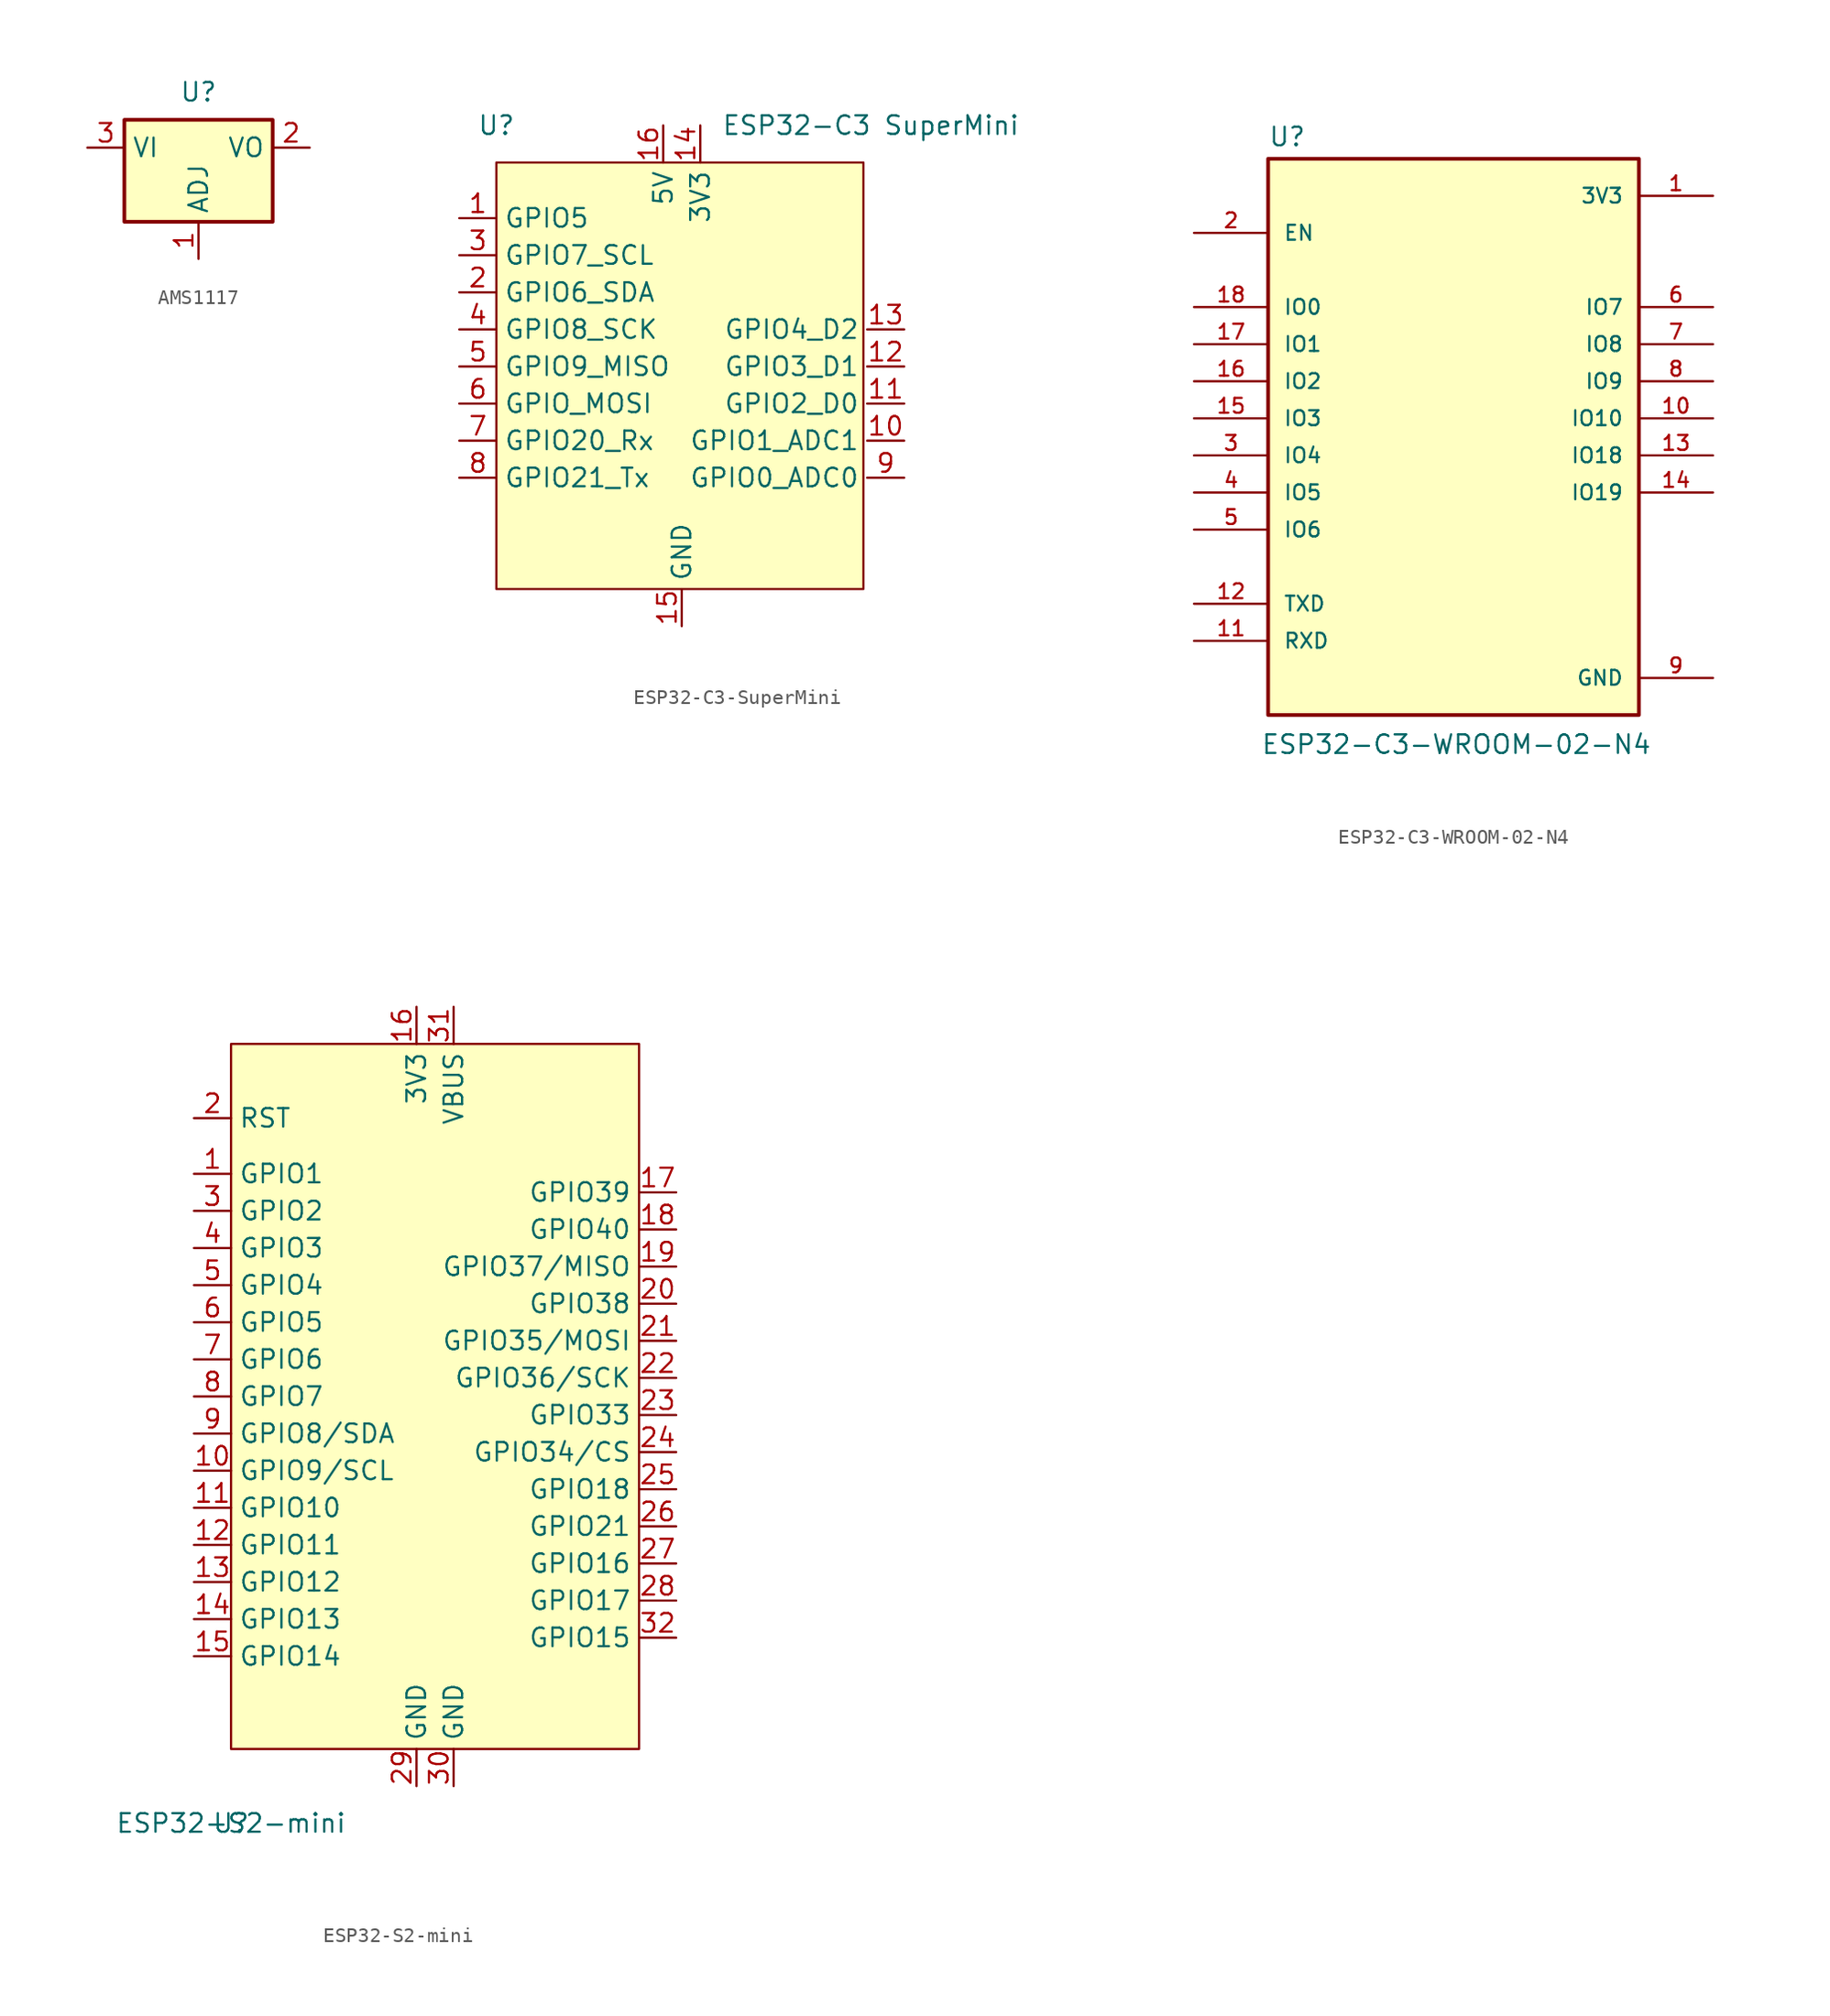
<source format=kicad_sym>
(kicad_symbol_lib
  (version 20231120)
  (generator "kicad_symbol_editor")
  (generator_version "8.0")
  (symbol "AMS1117"
    (property "Reference" "U"
      (at 0 0 0)
      (effects (font (size 1.27 1.27))))
    (property "Value" ""
      (at 0 0 0)
      (effects (font (size 1.27 1.27))))
    (symbol "AMS1117_0_1"
      (rectangle (start -5.08 -8.89) (end 5.08 -1.905) (stroke (width 0.254) (type default)) (fill (type background))))
    (symbol "AMS1117_1_1"
      (pin power_out line (at 0 -11.43 90) (length 2.54) (name "ADJ" (effects (font (size 1.27 1.27)))) (number "1" (effects (font (size 1.27 1.27)))))
      (pin power_out line (at 7.62 -3.81 180) (length 2.54) (name "VO" (effects (font (size 1.27 1.27)))) (number "2" (effects (font (size 1.27 1.27)))))
      (pin power_in line (at -7.62 -3.81 0) (length 2.54) (name "VI" (effects (font (size 1.27 1.27)))) (number "3" (effects (font (size 1.27 1.27)))))))
  (symbol "ESP32-C3-SuperMini"
    (property "Reference" "U"
      (at 0 0 0)
      (effects (font (size 1.27 1.27))))
    (property "Value" "ESP32-C3 SuperMini"
      (at 25.654 0 0)
      (effects (font (size 1.27 1.27))))
    (symbol "ESP32-C3-SuperMini_0_1"
      (rectangle (start 0 -2.54) (end 25.146 -31.75) (stroke (width 0) (type default)) (fill (type background))))
    (symbol "ESP32-C3-SuperMini_1_1"
      (pin bidirectional line (at -2.54 -6.35 0) (length 2.54) (name "GPIO5" (effects (font (size 1.27 1.27)))) (number "1" (effects (font (size 1.27 1.27)))))
      (pin bidirectional line (at 27.94 -21.59 180) (length 2.54) (name "GPIO1_ADC1" (effects (font (size 1.27 1.27)))) (number "10" (effects (font (size 1.27 1.27)))))
      (pin bidirectional line (at 27.94 -19.05 180) (length 2.54) (name "GPIO2_D0" (effects (font (size 1.27 1.27)))) (number "11" (effects (font (size 1.27 1.27)))))
      (pin bidirectional line (at 27.94 -16.51 180) (length 2.54) (name "GPIO3_D1" (effects (font (size 1.27 1.27)))) (number "12" (effects (font (size 1.27 1.27)))))
      (pin bidirectional line (at 27.94 -13.97 180) (length 2.54) (name "GPIO4_D2" (effects (font (size 1.27 1.27)))) (number "13" (effects (font (size 1.27 1.27)))))
      (pin power_in line (at 13.97 0 270) (length 2.54) (name "3V3" (effects (font (size 1.27 1.27)))) (number "14" (effects (font (size 1.27 1.27)))))
      (pin power_out line (at 12.7 -34.29 90) (length 2.54) (name "GND" (effects (font (size 1.27 1.27)))) (number "15" (effects (font (size 1.27 1.27)))))
      (pin power_in line (at 11.43 0 270) (length 2.54) (name "5V" (effects (font (size 1.27 1.27)))) (number "16" (effects (font (size 1.27 1.27)))))
      (pin bidirectional line (at -2.54 -11.43 0) (length 2.54) (name "GPIO6_SDA" (effects (font (size 1.27 1.27)))) (number "2" (effects (font (size 1.27 1.27)))))
      (pin bidirectional line (at -2.54 -8.89 0) (length 2.54) (name "GPIO7_SCL" (effects (font (size 1.27 1.27)))) (number "3" (effects (font (size 1.27 1.27)))))
      (pin bidirectional line (at -2.54 -13.97 0) (length 2.54) (name "GPIO8_SCK" (effects (font (size 1.27 1.27)))) (number "4" (effects (font (size 1.27 1.27)))))
      (pin bidirectional line (at -2.54 -16.51 0) (length 2.54) (name "GPIO9_MISO" (effects (font (size 1.27 1.27)))) (number "5" (effects (font (size 1.27 1.27)))))
      (pin bidirectional line (at -2.54 -19.05 0) (length 2.54) (name "GPIO_MOSI" (effects (font (size 1.27 1.27)))) (number "6" (effects (font (size 1.27 1.27)))))
      (pin bidirectional line (at -2.54 -21.59 0) (length 2.54) (name "GPIO20_Rx" (effects (font (size 1.27 1.27)))) (number "7" (effects (font (size 1.27 1.27)))))
      (pin bidirectional line (at -2.54 -24.13 0) (length 2.54) (name "GPIO21_Tx" (effects (font (size 1.27 1.27)))) (number "8" (effects (font (size 1.27 1.27)))))
      (pin bidirectional line (at 27.94 -24.13 180) (length 2.54) (name "GPIO0_ADC0" (effects (font (size 1.27 1.27)))) (number "9" (effects (font (size 1.27 1.27)))))))
  (symbol "ESP32-C3-WROOM-02-N4"
    (pin_names
      (offset 1.016))
    (property "Reference" "U"
      (at -12.7 21.082 0)
      (effects (font (size 1.27 1.27)) (justify left bottom)))
    (property "Value" "ESP32-C3-WROOM-02-N4"
      (at -13.208 -19.05 0)
      (effects (font (size 1.27 1.27)) (justify left top)))
    (symbol "ESP32-C3-WROOM-02-N4_0_0"
      (rectangle (start -12.7 20.32) (end 12.7 -17.78) (stroke (width 0.254) (type default)) (fill (type background)))
      (pin power_in line (at 17.78 17.78 180) (length 5.08) (name "3V3" (effects (font (size 1.016 1.016)))) (number "1" (effects (font (size 1.016 1.016)))))
      (pin bidirectional line (at 17.78 2.54 180) (length 5.08) (name "IO10" (effects (font (size 1.016 1.016)))) (number "10" (effects (font (size 1.016 1.016)))))
      (pin bidirectional line (at -17.78 -12.7 0) (length 5.08) (name "RXD" (effects (font (size 1.016 1.016)))) (number "11" (effects (font (size 1.016 1.016)))))
      (pin bidirectional line (at -17.78 -10.16 0) (length 5.08) (name "TXD" (effects (font (size 1.016 1.016)))) (number "12" (effects (font (size 1.016 1.016)))))
      (pin bidirectional line (at 17.78 0 180) (length 5.08) (name "IO18" (effects (font (size 1.016 1.016)))) (number "13" (effects (font (size 1.016 1.016)))))
      (pin bidirectional line (at 17.78 -2.54 180) (length 5.08) (name "IO19" (effects (font (size 1.016 1.016)))) (number "14" (effects (font (size 1.016 1.016)))))
      (pin bidirectional line (at -17.78 2.54 0) (length 5.08) (name "IO3" (effects (font (size 1.016 1.016)))) (number "15" (effects (font (size 1.016 1.016)))))
      (pin bidirectional line (at -17.78 5.08 0) (length 5.08) (name "IO2" (effects (font (size 1.016 1.016)))) (number "16" (effects (font (size 1.016 1.016)))))
      (pin bidirectional line (at -17.78 7.62 0) (length 5.08) (name "IO1" (effects (font (size 1.016 1.016)))) (number "17" (effects (font (size 1.016 1.016)))))
      (pin bidirectional line (at -17.78 10.16 0) (length 5.08) (name "IO0" (effects (font (size 1.016 1.016)))) (number "18" (effects (font (size 1.016 1.016)))))
      (pin power_in line (at 17.78 -15.24 180) (length 5.08) hide (name "GND__1" (effects (font (size 1.016 1.016)))) (number "19" (effects (font (size 1.016 1.016)))))
      (pin input line (at -17.78 15.24 0) (length 5.08) (name "EN" (effects (font (size 1.016 1.016)))) (number "2" (effects (font (size 1.016 1.016)))))
      (pin power_in line (at 17.78 -15.24 180) (length 5.08) hide (name "GND__2" (effects (font (size 1.016 1.016)))) (number "20" (effects (font (size 1.016 1.016)))))
      (pin power_in line (at 17.78 -15.24 180) (length 5.08) hide (name "GND__3" (effects (font (size 1.016 1.016)))) (number "21" (effects (font (size 1.016 1.016)))))
      (pin power_in line (at 17.78 -15.24 180) (length 5.08) hide (name "GND__4" (effects (font (size 1.016 1.016)))) (number "22" (effects (font (size 1.016 1.016)))))
      (pin power_in line (at 17.78 -15.24 180) (length 5.08) hide (name "GND__5" (effects (font (size 1.016 1.016)))) (number "23" (effects (font (size 1.016 1.016)))))
      (pin power_in line (at 17.78 -15.24 180) (length 5.08) hide (name "GND__6" (effects (font (size 1.016 1.016)))) (number "24" (effects (font (size 1.016 1.016)))))
      (pin power_in line (at 17.78 -15.24 180) (length 5.08) hide (name "GND__7" (effects (font (size 1.016 1.016)))) (number "25" (effects (font (size 1.016 1.016)))))
      (pin power_in line (at 17.78 -15.24 180) (length 5.08) hide (name "GND__8" (effects (font (size 1.016 1.016)))) (number "26" (effects (font (size 1.016 1.016)))))
      (pin power_in line (at 17.78 -15.24 180) (length 5.08) hide (name "GND__9" (effects (font (size 1.016 1.016)))) (number "27" (effects (font (size 1.016 1.016)))))
      (pin power_in line (at 17.78 -15.24 180) (length 5.08) hide (name "GND__10" (effects (font (size 1.016 1.016)))) (number "28" (effects (font (size 1.016 1.016)))))
      (pin power_in line (at 17.78 -15.24 180) (length 5.08) hide (name "GND__11" (effects (font (size 1.016 1.016)))) (number "29" (effects (font (size 1.016 1.016)))))
      (pin bidirectional line (at -17.78 0 0) (length 5.08) (name "IO4" (effects (font (size 1.016 1.016)))) (number "3" (effects (font (size 1.016 1.016)))))
      (pin power_in line (at 17.78 -15.24 180) (length 5.08) hide (name "GND__12" (effects (font (size 1.016 1.016)))) (number "30" (effects (font (size 1.016 1.016)))))
      (pin power_in line (at 17.78 -15.24 180) (length 5.08) hide (name "GND__13" (effects (font (size 1.016 1.016)))) (number "31" (effects (font (size 1.016 1.016)))))
      (pin power_in line (at 17.78 -15.24 180) (length 5.08) hide (name "GND__14" (effects (font (size 1.016 1.016)))) (number "32" (effects (font (size 1.016 1.016)))))
      (pin power_in line (at 17.78 -15.24 180) (length 5.08) hide (name "GND__15" (effects (font (size 1.016 1.016)))) (number "33" (effects (font (size 1.016 1.016)))))
      (pin power_in line (at 17.78 -15.24 180) (length 5.08) hide (name "GND__16" (effects (font (size 1.016 1.016)))) (number "34" (effects (font (size 1.016 1.016)))))
      (pin power_in line (at 17.78 -15.24 180) (length 5.08) hide (name "GND__17" (effects (font (size 1.016 1.016)))) (number "35" (effects (font (size 1.016 1.016)))))
      (pin power_in line (at 17.78 -15.24 180) (length 5.08) hide (name "GND__18" (effects (font (size 1.016 1.016)))) (number "36" (effects (font (size 1.016 1.016)))))
      (pin power_in line (at 17.78 -15.24 180) (length 5.08) hide (name "GND__19" (effects (font (size 1.016 1.016)))) (number "37" (effects (font (size 1.016 1.016)))))
      (pin power_in line (at 17.78 -15.24 180) (length 5.08) hide (name "GND__20" (effects (font (size 1.016 1.016)))) (number "38" (effects (font (size 1.016 1.016)))))
      (pin power_in line (at 17.78 -15.24 180) (length 5.08) hide (name "GND__21" (effects (font (size 1.016 1.016)))) (number "39" (effects (font (size 1.016 1.016)))))
      (pin bidirectional line (at -17.78 -2.54 0) (length 5.08) (name "IO5" (effects (font (size 1.016 1.016)))) (number "4" (effects (font (size 1.016 1.016)))))
      (pin bidirectional line (at -17.78 -5.08 0) (length 5.08) (name "IO6" (effects (font (size 1.016 1.016)))) (number "5" (effects (font (size 1.016 1.016)))))
      (pin bidirectional line (at 17.78 10.16 180) (length 5.08) (name "IO7" (effects (font (size 1.016 1.016)))) (number "6" (effects (font (size 1.016 1.016)))))
      (pin bidirectional line (at 17.78 7.62 180) (length 5.08) (name "IO8" (effects (font (size 1.016 1.016)))) (number "7" (effects (font (size 1.016 1.016)))))
      (pin bidirectional line (at 17.78 5.08 180) (length 5.08) (name "IO9" (effects (font (size 1.016 1.016)))) (number "8" (effects (font (size 1.016 1.016)))))
      (pin power_in line (at 17.78 -15.24 180) (length 5.08) (name "GND" (effects (font (size 1.016 1.016)))) (number "9" (effects (font (size 1.016 1.016)))))))
  (symbol "ESP32-S2-mini"
    (property "Reference" "U"
      (at 0 0 0)
      (effects (font (size 1.27 1.27))))
    (property "Value" "ESP32-S2-mini"
      (at 0 0 0)
      (effects (font (size 1.27 1.27))))
    (symbol "ESP32-S2-mini_0_1"
      (rectangle (start 0 53.34) (end 27.94 5.08) (stroke (width 0) (type default)) (fill (type color) (color 255 255 194 1))))
    (symbol "ESP32-S2-mini_1_0"
      (pin bidirectional line (at -2.54 44.45 0) (length 2.54) (name "GPIO1" (effects (font (size 1.27 1.27)))) (number "1" (effects (font (size 1.27 1.27)))))
      (pin bidirectional line (at -2.54 24.13 0) (length 2.54) (name "GPIO9/SCL" (effects (font (size 1.27 1.27)))) (number "10" (effects (font (size 1.27 1.27)))))
      (pin bidirectional line (at -2.54 21.59 0) (length 2.54) (name "GPIO10" (effects (font (size 1.27 1.27)))) (number "11" (effects (font (size 1.27 1.27)))))
      (pin bidirectional line (at -2.54 19.05 0) (length 2.54) (name "GPIO11" (effects (font (size 1.27 1.27)))) (number "12" (effects (font (size 1.27 1.27)))))
      (pin bidirectional line (at -2.54 16.51 0) (length 2.54) (name "GPIO12" (effects (font (size 1.27 1.27)))) (number "13" (effects (font (size 1.27 1.27)))))
      (pin bidirectional line (at -2.54 13.97 0) (length 2.54) (name "GPIO13" (effects (font (size 1.27 1.27)))) (number "14" (effects (font (size 1.27 1.27)))))
      (pin bidirectional line (at -2.54 11.43 0) (length 2.54) (name "GPIO14" (effects (font (size 1.27 1.27)))) (number "15" (effects (font (size 1.27 1.27)))))
      (pin bidirectional line (at 30.48 43.18 180) (length 2.54) (name "GPIO39" (effects (font (size 1.27 1.27)))) (number "17" (effects (font (size 1.27 1.27)))))
      (pin bidirectional line (at 30.48 40.64 180) (length 2.54) (name "GPIO40" (effects (font (size 1.27 1.27)))) (number "18" (effects (font (size 1.27 1.27)))))
      (pin bidirectional line (at 30.48 38.1 180) (length 2.54) (name "GPIO37/MISO" (effects (font (size 1.27 1.27)))) (number "19" (effects (font (size 1.27 1.27)))))
      (pin input line (at -2.54 48.26 0) (length 2.54) (name "RST" (effects (font (size 1.27 1.27)))) (number "2" (effects (font (size 1.27 1.27)))))
      (pin bidirectional line (at 30.48 35.56 180) (length 2.54) (name "GPIO38" (effects (font (size 1.27 1.27)))) (number "20" (effects (font (size 1.27 1.27)))))
      (pin bidirectional line (at 30.48 33.02 180) (length 2.54) (name "GPIO35/MOSI" (effects (font (size 1.27 1.27)))) (number "21" (effects (font (size 1.27 1.27)))))
      (pin bidirectional line (at 30.48 30.48 180) (length 2.54) (name "GPIO36/SCK" (effects (font (size 1.27 1.27)))) (number "22" (effects (font (size 1.27 1.27)))))
      (pin bidirectional line (at 30.48 27.94 180) (length 2.54) (name "GPIO33" (effects (font (size 1.27 1.27)))) (number "23" (effects (font (size 1.27 1.27)))))
      (pin bidirectional line (at 30.48 25.4 180) (length 2.54) (name "GPIO34/CS" (effects (font (size 1.27 1.27)))) (number "24" (effects (font (size 1.27 1.27)))))
      (pin bidirectional line (at 30.48 22.86 180) (length 2.54) (name "GPIO18" (effects (font (size 1.27 1.27)))) (number "25" (effects (font (size 1.27 1.27)))))
      (pin bidirectional line (at 30.48 20.32 180) (length 2.54) (name "GPIO21" (effects (font (size 1.27 1.27)))) (number "26" (effects (font (size 1.27 1.27)))))
      (pin bidirectional line (at 30.48 17.78 180) (length 2.54) (name "GPIO16" (effects (font (size 1.27 1.27)))) (number "27" (effects (font (size 1.27 1.27)))))
      (pin bidirectional line (at 30.48 15.24 180) (length 2.54) (name "GPIO17" (effects (font (size 1.27 1.27)))) (number "28" (effects (font (size 1.27 1.27)))))
      (pin bidirectional line (at -2.54 41.91 0) (length 2.54) (name "GPIO2" (effects (font (size 1.27 1.27)))) (number "3" (effects (font (size 1.27 1.27)))))
      (pin bidirectional line (at 30.48 12.7 180) (length 2.54) (name "GPIO15" (effects (font (size 1.27 1.27)))) (number "32" (effects (font (size 1.27 1.27)))))
      (pin bidirectional line (at -2.54 39.37 0) (length 2.54) (name "GPIO3" (effects (font (size 1.27 1.27)))) (number "4" (effects (font (size 1.27 1.27)))))
      (pin bidirectional line (at -2.54 36.83 0) (length 2.54) (name "GPIO4" (effects (font (size 1.27 1.27)))) (number "5" (effects (font (size 1.27 1.27)))))
      (pin bidirectional line (at -2.54 34.29 0) (length 2.54) (name "GPIO5" (effects (font (size 1.27 1.27)))) (number "6" (effects (font (size 1.27 1.27)))))
      (pin bidirectional line (at -2.54 31.75 0) (length 2.54) (name "GPIO6" (effects (font (size 1.27 1.27)))) (number "7" (effects (font (size 1.27 1.27)))))
      (pin bidirectional line (at -2.54 29.21 0) (length 2.54) (name "GPIO7" (effects (font (size 1.27 1.27)))) (number "8" (effects (font (size 1.27 1.27)))))
      (pin bidirectional line (at -2.54 26.67 0) (length 2.54) (name "GPIO8/SDA" (effects (font (size 1.27 1.27)))) (number "9" (effects (font (size 1.27 1.27))))))
    (symbol "ESP32-S2-mini_1_1"
      (pin power_in line (at 12.7 55.88 270) (length 2.54) (name "3V3" (effects (font (size 1.27 1.27)))) (number "16" (effects (font (size 1.27 1.27)))))
      (pin power_out line (at 12.7 2.54 90) (length 2.54) (name "GND" (effects (font (size 1.27 1.27)))) (number "29" (effects (font (size 1.27 1.27)))))
      (pin power_out line (at 15.24 2.54 90) (length 2.54) (name "GND" (effects (font (size 1.27 1.27)))) (number "30" (effects (font (size 1.27 1.27)))))
      (pin input line (at 15.24 55.88 270) (length 2.54) (name "VBUS" (effects (font (size 1.27 1.27)))) (number "31" (effects (font (size 1.27 1.27))))))))
</source>
